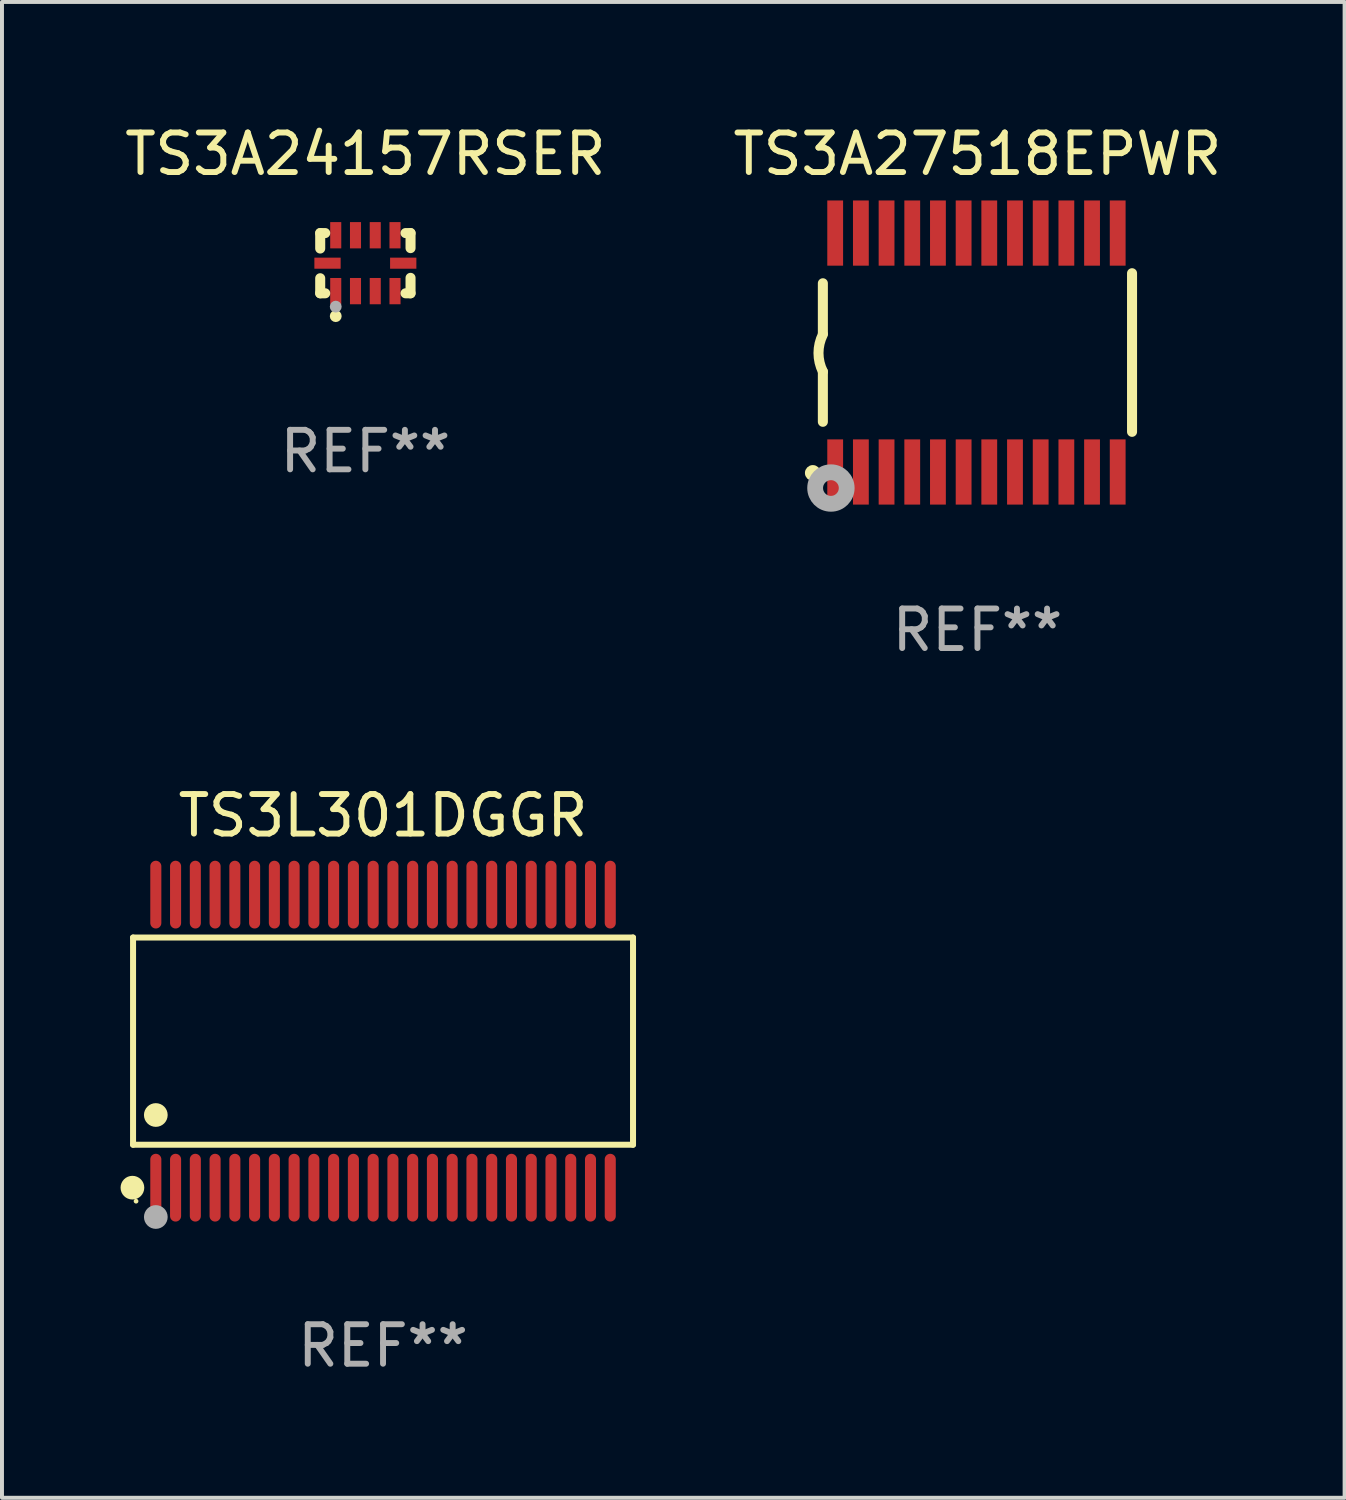
<source format=kicad_pcb>
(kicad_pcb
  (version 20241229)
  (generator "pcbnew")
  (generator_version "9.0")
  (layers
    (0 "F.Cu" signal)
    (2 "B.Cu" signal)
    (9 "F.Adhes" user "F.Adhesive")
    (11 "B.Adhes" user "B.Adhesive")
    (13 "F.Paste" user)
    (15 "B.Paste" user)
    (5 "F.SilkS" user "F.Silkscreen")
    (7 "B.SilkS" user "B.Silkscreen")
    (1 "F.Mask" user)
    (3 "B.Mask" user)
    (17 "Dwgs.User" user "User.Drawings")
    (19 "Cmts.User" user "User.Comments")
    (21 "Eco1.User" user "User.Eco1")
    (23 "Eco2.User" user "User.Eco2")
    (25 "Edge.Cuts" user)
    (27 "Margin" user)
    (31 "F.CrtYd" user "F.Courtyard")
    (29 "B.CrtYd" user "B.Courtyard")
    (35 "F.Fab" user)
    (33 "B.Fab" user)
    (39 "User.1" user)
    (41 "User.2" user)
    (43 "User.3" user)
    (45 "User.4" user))
  (footprint "TS3A27518EPWR"
    (layer "F.Cu")
    (at 21.685 5.871)
    (property "Reference" "TS3A27518EPWR" (at 0 -5.023 0) (layer "F.SilkS") (effects (font (size 1 1) (thickness 0.15))))
    (attr through_hole)
    (fp_line (start -3.912 -0.483) (end -3.912 -1.753) (stroke (width 0.254) (type solid)) (layer "F.SilkS"))
    (fp_line (start -3.912 1.753) (end -3.912 0.483) (stroke (width 0.254) (type solid)) (layer "F.SilkS"))
    (fp_line (start 3.912 -2.007) (end 3.912 2.007) (stroke (width 0.254) (type solid)) (layer "F.SilkS"))
    (fp_arc (start -3.911608 0.482601) (mid -4.022537 0.0127) (end -3.911608 -0.457201) (stroke (width 0.254001) (type solid)) (layer "F.SilkS"))
    (fp_circle (center -4.166 3.048) (end -4.066 3.048) (stroke (width 0.2) (type solid)) (fill no) (layer "F.SilkS"))
    (fp_circle (center -3.925 3.186) (end -3.895 3.186) (stroke (width 0.06) (type solid)) (fill no) (layer "F.SilkS"))
    (fp_circle (center -3.708 3.429) (end -3.509 3.429) (stroke (width 0.4) (type solid)) (fill no) (layer "F.Fab"))
    (fp_text user "REF**" (at 0 7.023 0) (layer "F.Fab") (effects (font (size 1 1) (thickness 0.15))))
    (pad "1" smd rect (at -3.6 3.023) (size 0.4 1.65) (layers "F.Cu" "F.Mask" "F.Paste"))
    (pad "2" smd rect (at -2.95 3.023) (size 0.4 1.65) (layers "F.Cu" "F.Mask" "F.Paste"))
    (pad "3" smd rect (at -2.3 3.023) (size 0.4 1.65) (layers "F.Cu" "F.Mask" "F.Paste"))
    (pad "4" smd rect (at -1.65 3.023) (size 0.4 1.65) (layers "F.Cu" "F.Mask" "F.Paste"))
    (pad "5" smd rect (at -1 3.023) (size 0.4 1.65) (layers "F.Cu" "F.Mask" "F.Paste"))
    (pad "6" smd rect (at -0.35 3.023) (size 0.4 1.65) (layers "F.Cu" "F.Mask" "F.Paste"))
    (pad "7" smd rect (at 0.299 3.023) (size 0.4 1.65) (layers "F.Cu" "F.Mask" "F.Paste"))
    (pad "8" smd rect (at 0.95 3.023) (size 0.4 1.65) (layers "F.Cu" "F.Mask" "F.Paste"))
    (pad "9" smd rect (at 1.6 3.023) (size 0.4 1.65) (layers "F.Cu" "F.Mask" "F.Paste"))
    (pad "10" smd rect (at 2.25 3.023) (size 0.4 1.65) (layers "F.Cu" "F.Mask" "F.Paste"))
    (pad "11" smd rect (at 2.9 3.023) (size 0.4 1.65) (layers "F.Cu" "F.Mask" "F.Paste"))
    (pad "12" smd rect (at 3.549 3.023) (size 0.4 1.65) (layers "F.Cu" "F.Mask" "F.Paste"))
    (pad "13" smd rect (at 3.549 -3.023) (size 0.4 1.65) (layers "F.Cu" "F.Mask" "F.Paste"))
    (pad "14" smd rect (at 2.9 -3.023) (size 0.4 1.65) (layers "F.Cu" "F.Mask" "F.Paste"))
    (pad "15" smd rect (at 2.25 -3.023) (size 0.4 1.65) (layers "F.Cu" "F.Mask" "F.Paste"))
    (pad "16" smd rect (at 1.6 -3.023) (size 0.4 1.65) (layers "F.Cu" "F.Mask" "F.Paste"))
    (pad "17" smd rect (at 0.95 -3.023) (size 0.4 1.65) (layers "F.Cu" "F.Mask" "F.Paste"))
    (pad "18" smd rect (at 0.299 -3.023) (size 0.4 1.65) (layers "F.Cu" "F.Mask" "F.Paste"))
    (pad "19" smd rect (at -0.35 -3.023) (size 0.4 1.65) (layers "F.Cu" "F.Mask" "F.Paste"))
    (pad "20" smd rect (at -1 -3.023) (size 0.4 1.65) (layers "F.Cu" "F.Mask" "F.Paste"))
    (pad "21" smd rect (at -1.65 -3.023) (size 0.4 1.65) (layers "F.Cu" "F.Mask" "F.Paste"))
    (pad "22" smd rect (at -2.3 -3.023) (size 0.4 1.65) (layers "F.Cu" "F.Mask" "F.Paste"))
    (pad "23" smd rect (at -2.95 -3.023) (size 0.4 1.65) (layers "F.Cu" "F.Mask" "F.Paste"))
    (pad "24" smd rect (at -3.6 -3.023) (size 0.4 1.65) (layers "F.Cu" "F.Mask" "F.Paste")))
  (footprint "TS3A24157RSER"
    (layer "F.Cu")
    (at 6.196 3.61)
    (property "Reference" "TS3A24157RSER" (at 0 -2.762 0) (layer "F.SilkS") (effects (font (size 1 1) (thickness 0.15))))
    (attr through_hole)
    (fp_line (start -1.143 -0.762) (end -1.143 -0.371) (stroke (width 0.254) (type solid)) (layer "F.SilkS"))
    (fp_line (start -1.143 -0.762) (end -1.016 -0.762) (stroke (width 0.254) (type solid)) (layer "F.SilkS"))
    (fp_line (start -1.143 0.762) (end -1.143 0.381) (stroke (width 0.254) (type solid)) (layer "F.SilkS"))
    (fp_line (start -1.143 0.762) (end -1.016 0.762) (stroke (width 0.254) (type solid)) (layer "F.SilkS"))
    (fp_line (start 1.143 -0.762) (end 1.016 -0.762) (stroke (width 0.254) (type solid)) (layer "F.SilkS"))
    (fp_line (start 1.143 -0.762) (end 1.143 -0.381) (stroke (width 0.254) (type solid)) (layer "F.SilkS"))
    (fp_line (start 1.143 0.762) (end 1.016 0.762) (stroke (width 0.254) (type solid)) (layer "F.SilkS"))
    (fp_line (start 1.143 0.762) (end 1.143 0.371) (stroke (width 0.254) (type solid)) (layer "F.SilkS"))
    (fp_circle (center -1.05 0.8) (end -1.02 0.8) (stroke (width 0.06) (type solid)) (fill no) (layer "F.SilkS"))
    (fp_circle (center -0.75 1.34) (end -0.675 1.34) (stroke (width 0.15) (type solid)) (fill no) (layer "F.SilkS"))
    (fp_circle (center -0.75 1.1) (end -0.675 1.1) (stroke (width 0.15) (type solid)) (fill no) (layer "F.Fab"))
    (fp_text user "REF**" (at 0 4.762 0) (layer "F.Fab") (effects (font (size 1 1) (thickness 0.15))))
    (pad "1" smd rect (at -0.75 0.707) (size 0.28 0.665) (layers "F.Cu" "F.Mask" "F.Paste"))
    (pad "2" smd rect (at -0.25 0.707) (size 0.28 0.665) (layers "F.Cu" "F.Mask" "F.Paste"))
    (pad "3" smd rect (at 0.25 0.707) (size 0.28 0.665) (layers "F.Cu" "F.Mask" "F.Paste"))
    (pad "4" smd rect (at 0.75 0.707) (size 0.28 0.665) (layers "F.Cu" "F.Mask" "F.Paste"))
    (pad "5" smd rect (at 0.958 -0.000013) (size 0.665 0.28) (layers "F.Cu" "F.Mask" "F.Paste"))
    (pad "6" smd rect (at 0.75 -0.707) (size 0.28 0.665) (layers "F.Cu" "F.Mask" "F.Paste"))
    (pad "7" smd rect (at 0.25 -0.707) (size 0.28 0.665) (layers "F.Cu" "F.Mask" "F.Paste"))
    (pad "8" smd rect (at -0.25 -0.707) (size 0.28 0.665) (layers "F.Cu" "F.Mask" "F.Paste"))
    (pad "9" smd rect (at -0.75 -0.707) (size 0.28 0.665) (layers "F.Cu" "F.Mask" "F.Paste"))
    (pad "10" smd rect (at -0.958 -0.000013) (size 0.665 0.28) (layers "F.Cu" "F.Mask" "F.Paste")))
  (footprint "TS3L301DGGR"
    (layer "F.Cu")
    (at 6.643 23.297)
    (property "Reference" "TS3L301DGGR" (at 0 -5.708 0) (layer "F.SilkS") (effects (font (size 1 1) (thickness 0.15))))
    (attr through_hole)
    (fp_line (start -6.326 -2.622) (end 6.326 -2.622) (stroke (width 0.152) (type solid)) (layer "F.SilkS"))
    (fp_line (start -6.326 2.621) (end -6.326 -2.622) (stroke (width 0.152) (type solid)) (layer "F.SilkS"))
    (fp_line (start 6.326 -2.622) (end 6.326 2.621) (stroke (width 0.152) (type solid)) (layer "F.SilkS"))
    (fp_line (start 6.326 2.621) (end -6.326 2.621) (stroke (width 0.152) (type solid)) (layer "F.SilkS"))
    (fp_circle (center -6.342 3.708) (end -6.192 3.708) (stroke (width 0.3) (type solid)) (fill no) (layer "F.SilkS"))
    (fp_circle (center -6.25 4.05) (end -6.22 4.05) (stroke (width 0.06) (type solid)) (fill no) (layer "F.SilkS"))
    (fp_circle (center -5.75 1.869) (end -5.6 1.869) (stroke (width 0.3) (type solid)) (fill no) (layer "F.SilkS"))
    (fp_circle (center -5.75 4.45) (end -5.6 4.45) (stroke (width 0.3) (type solid)) (fill no) (layer "F.Fab"))
    (fp_text user "REF**" (at 0 7.708 0) (layer "F.Fab") (effects (font (size 1 1) (thickness 0.15))))
    (pad "1" smd oval (at -5.75 3.708) (size 0.28 1.715) (layers "F.Cu" "F.Mask" "F.Paste"))
    (pad "2" smd oval (at -5.25 3.708) (size 0.28 1.715) (layers "F.Cu" "F.Mask" "F.Paste"))
    (pad "3" smd oval (at -4.75 3.708) (size 0.28 1.715) (layers "F.Cu" "F.Mask" "F.Paste"))
    (pad "4" smd oval (at -4.25 3.708) (size 0.28 1.715) (layers "F.Cu" "F.Mask" "F.Paste"))
    (pad "5" smd oval (at -3.75 3.708) (size 0.28 1.715) (layers "F.Cu" "F.Mask" "F.Paste"))
    (pad "6" smd oval (at -3.25 3.708) (size 0.28 1.715) (layers "F.Cu" "F.Mask" "F.Paste"))
    (pad "7" smd oval (at -2.75 3.708) (size 0.28 1.715) (layers "F.Cu" "F.Mask" "F.Paste"))
    (pad "8" smd oval (at -2.25 3.708) (size 0.28 1.715) (layers "F.Cu" "F.Mask" "F.Paste"))
    (pad "9" smd oval (at -1.75 3.708) (size 0.28 1.715) (layers "F.Cu" "F.Mask" "F.Paste"))
    (pad "10" smd oval (at -1.25 3.708) (size 0.28 1.715) (layers "F.Cu" "F.Mask" "F.Paste"))
    (pad "11" smd oval (at -0.75 3.708) (size 0.28 1.715) (layers "F.Cu" "F.Mask" "F.Paste"))
    (pad "12" smd oval (at -0.25 3.708) (size 0.28 1.715) (layers "F.Cu" "F.Mask" "F.Paste"))
    (pad "13" smd oval (at 0.25 3.708) (size 0.28 1.715) (layers "F.Cu" "F.Mask" "F.Paste"))
    (pad "14" smd oval (at 0.75 3.708) (size 0.28 1.715) (layers "F.Cu" "F.Mask" "F.Paste"))
    (pad "15" smd oval (at 1.25 3.708) (size 0.28 1.715) (layers "F.Cu" "F.Mask" "F.Paste"))
    (pad "16" smd oval (at 1.75 3.708) (size 0.28 1.715) (layers "F.Cu" "F.Mask" "F.Paste"))
    (pad "17" smd oval (at 2.25 3.708) (size 0.28 1.715) (layers "F.Cu" "F.Mask" "F.Paste"))
    (pad "18" smd oval (at 2.75 3.708) (size 0.28 1.715) (layers "F.Cu" "F.Mask" "F.Paste"))
    (pad "19" smd oval (at 3.25 3.708) (size 0.28 1.715) (layers "F.Cu" "F.Mask" "F.Paste"))
    (pad "20" smd oval (at 3.75 3.708) (size 0.28 1.715) (layers "F.Cu" "F.Mask" "F.Paste"))
    (pad "21" smd oval (at 4.25 3.708) (size 0.28 1.715) (layers "F.Cu" "F.Mask" "F.Paste"))
    (pad "22" smd oval (at 4.75 3.708) (size 0.28 1.715) (layers "F.Cu" "F.Mask" "F.Paste"))
    (pad "23" smd oval (at 5.25 3.708) (size 0.28 1.715) (layers "F.Cu" "F.Mask" "F.Paste"))
    (pad "24" smd oval (at 5.75 3.708) (size 0.28 1.715) (layers "F.Cu" "F.Mask" "F.Paste"))
    (pad "25" smd oval (at 5.75 -3.708) (size 0.28 1.715) (layers "F.Cu" "F.Mask" "F.Paste"))
    (pad "26" smd oval (at 5.25 -3.708) (size 0.28 1.715) (layers "F.Cu" "F.Mask" "F.Paste"))
    (pad "27" smd oval (at 4.75 -3.708) (size 0.28 1.715) (layers "F.Cu" "F.Mask" "F.Paste"))
    (pad "28" smd oval (at 4.25 -3.708) (size 0.28 1.715) (layers "F.Cu" "F.Mask" "F.Paste"))
    (pad "29" smd oval (at 3.75 -3.708) (size 0.28 1.715) (layers "F.Cu" "F.Mask" "F.Paste"))
    (pad "30" smd oval (at 3.25 -3.708) (size 0.28 1.715) (layers "F.Cu" "F.Mask" "F.Paste"))
    (pad "31" smd oval (at 2.75 -3.708) (size 0.28 1.715) (layers "F.Cu" "F.Mask" "F.Paste"))
    (pad "32" smd oval (at 2.25 -3.708) (size 0.28 1.715) (layers "F.Cu" "F.Mask" "F.Paste"))
    (pad "33" smd oval (at 1.75 -3.708) (size 0.28 1.715) (layers "F.Cu" "F.Mask" "F.Paste"))
    (pad "34" smd oval (at 1.25 -3.708) (size 0.28 1.715) (layers "F.Cu" "F.Mask" "F.Paste"))
    (pad "35" smd oval (at 0.75 -3.708) (size 0.28 1.715) (layers "F.Cu" "F.Mask" "F.Paste"))
    (pad "36" smd oval (at 0.25 -3.708) (size 0.28 1.715) (layers "F.Cu" "F.Mask" "F.Paste"))
    (pad "37" smd oval (at -0.25 -3.708) (size 0.28 1.715) (layers "F.Cu" "F.Mask" "F.Paste"))
    (pad "38" smd oval (at -0.75 -3.708) (size 0.28 1.715) (layers "F.Cu" "F.Mask" "F.Paste"))
    (pad "39" smd oval (at -1.25 -3.708) (size 0.28 1.715) (layers "F.Cu" "F.Mask" "F.Paste"))
    (pad "40" smd oval (at -1.75 -3.708) (size 0.28 1.715) (layers "F.Cu" "F.Mask" "F.Paste"))
    (pad "41" smd oval (at -2.25 -3.708) (size 0.28 1.715) (layers "F.Cu" "F.Mask" "F.Paste"))
    (pad "42" smd oval (at -2.75 -3.708) (size 0.28 1.715) (layers "F.Cu" "F.Mask" "F.Paste"))
    (pad "43" smd oval (at -3.25 -3.708) (size 0.28 1.715) (layers "F.Cu" "F.Mask" "F.Paste"))
    (pad "44" smd oval (at -3.75 -3.708) (size 0.28 1.715) (layers "F.Cu" "F.Mask" "F.Paste"))
    (pad "45" smd oval (at -4.25 -3.708) (size 0.28 1.715) (layers "F.Cu" "F.Mask" "F.Paste"))
    (pad "46" smd oval (at -4.75 -3.708) (size 0.28 1.715) (layers "F.Cu" "F.Mask" "F.Paste"))
    (pad "47" smd oval (at -5.25 -3.708) (size 0.28 1.715) (layers "F.Cu" "F.Mask" "F.Paste"))
    (pad "48" smd oval (at -5.75 -3.708) (size 0.28 1.715) (layers "F.Cu" "F.Mask" "F.Paste")))
  (gr_rect
    (start -3 -3)
    (end 30.976 34.853)
    (stroke (width 0.1) (type default))
    (fill no)
    (layer "Edge.Cuts")))
</source>
